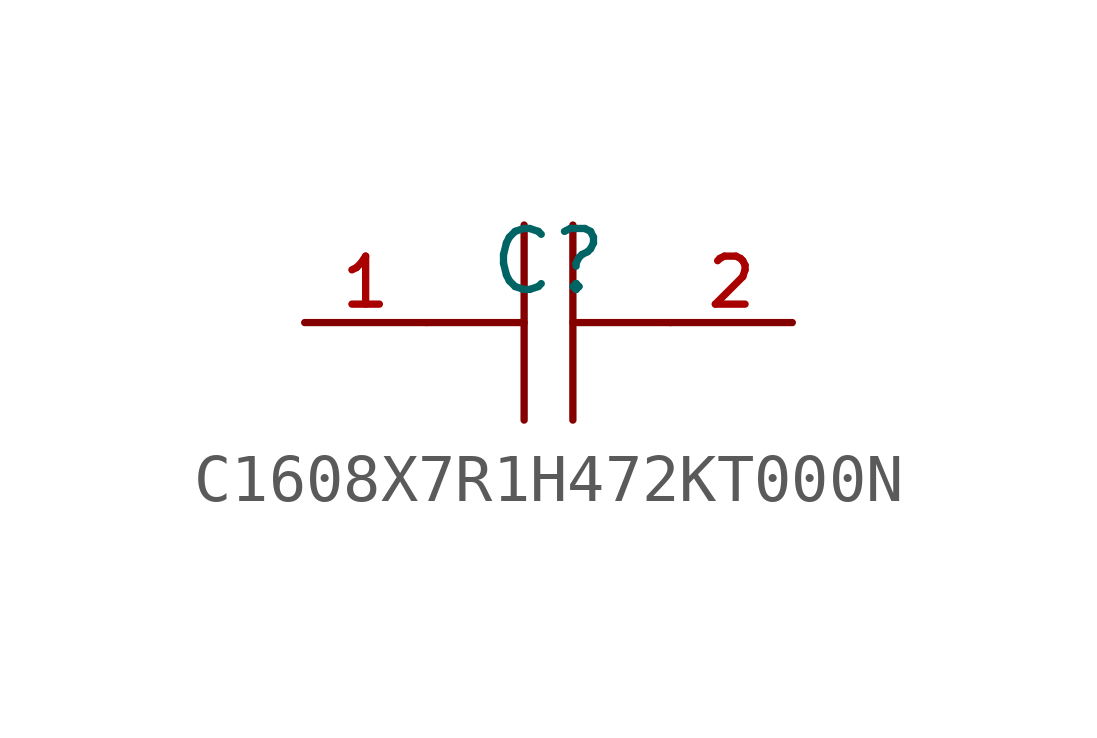
<source format=kicad_sym>
(kicad_symbol_lib
  (version 20210201)
  (generator TousstNicolas/JLC2KiCad_lib)
  (symbol "C1608X7R1H472KT000N"
    (pin_names hide)
    (property "Reference" "C"
      (at 0 1.27 0)
      (effects (font (size 1.27 1.27))))
    (symbol "C1608X7R1H472KT000N_0_1"
      (polyline (pts (xy -0.508 -0.0) (xy -2.54 -0.0)) (stroke (width 0) (type default) (color 0 0 0 0)) (fill (type none)))
      (pin unspecified line (at 5.08 -0.0 180) (length 2.54) (name "2" (effects (font (size 1 1)))) (number "2" (effects (font (size 1 1)))))
      (polyline (pts (xy 0.508 2.032) (xy 0.508 -2.032)) (stroke (width 0) (type default) (color 0 0 0 0)) (fill (type none)))
      (polyline (pts (xy 2.54 -0.0) (xy 0.508 -0.0)) (stroke (width 0) (type default) (color 0 0 0 0)) (fill (type none)))
      (pin unspecified line (at -5.08 -0.0 0) (length 2.54) (name "1" (effects (font (size 1 1)))) (number "1" (effects (font (size 1 1)))))
      (polyline (pts (xy -0.508 -2.032) (xy -0.508 2.032)) (stroke (width 0) (type default) (color 0 0 0 0)) (fill (type none))))))
</source>
